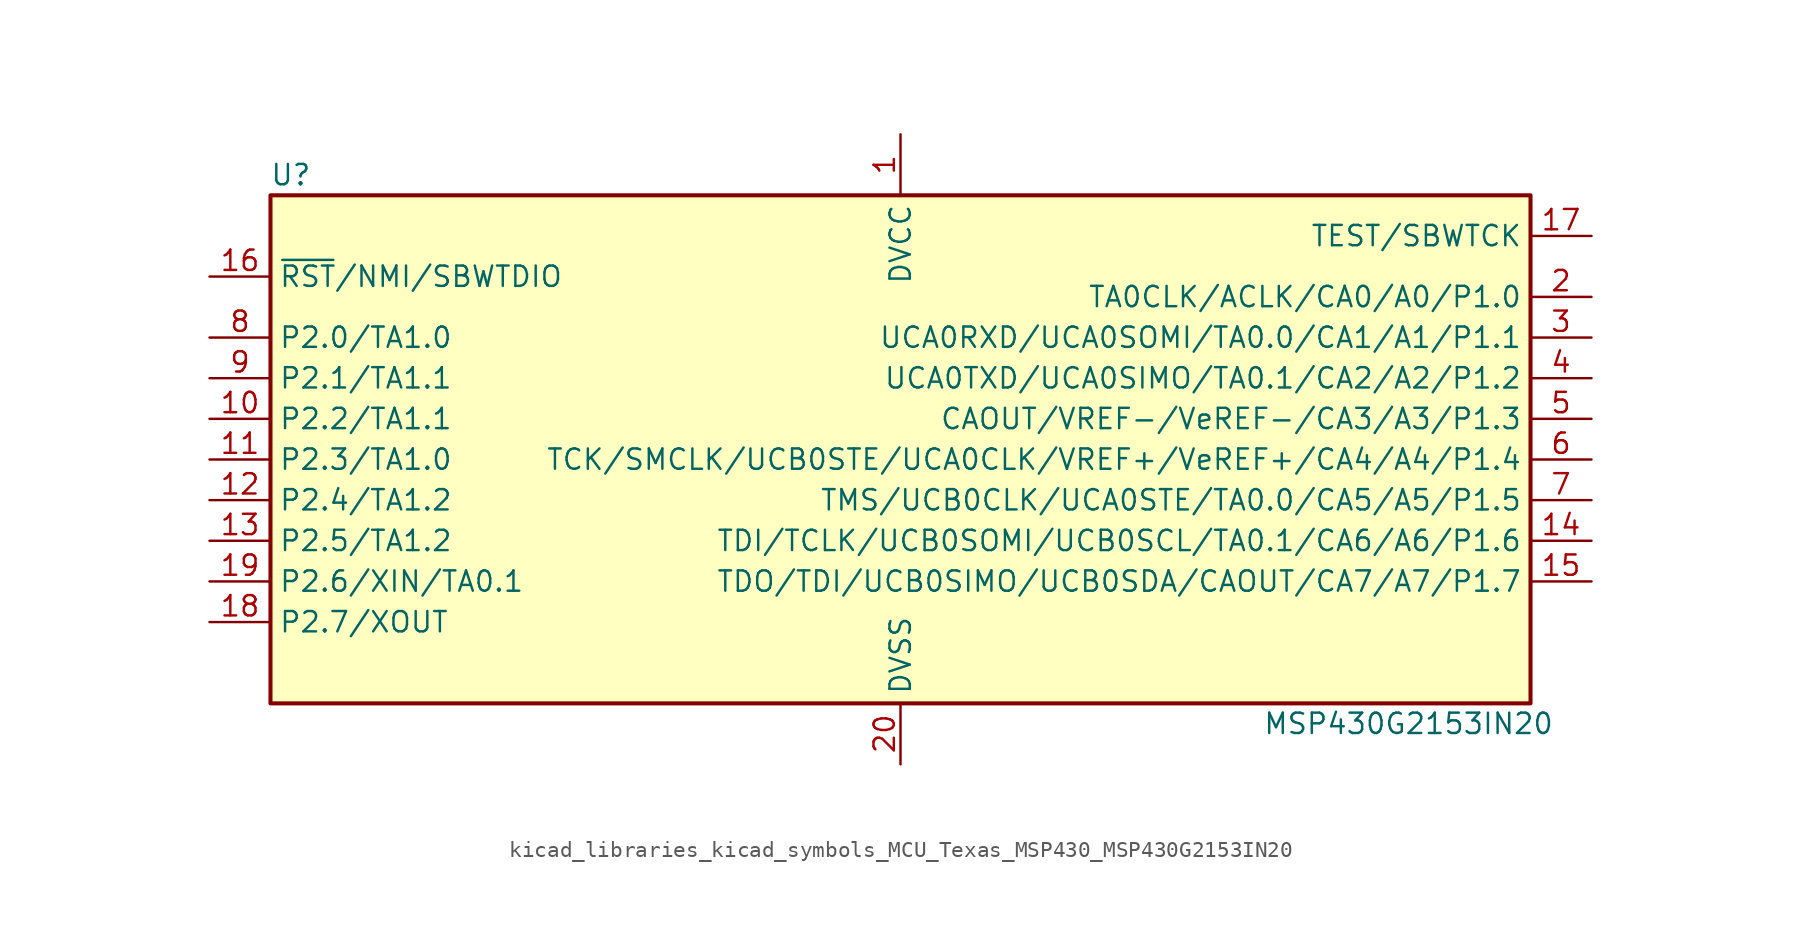
<source format=kicad_sym>
(kicad_symbol_lib
  (version 20220914)
  (generator kicad_symbol_editor)
  (symbol "kicad_libraries_kicad_symbols_MCU_Texas_MSP430_MSP430G2153IN20"
    (property "Reference" "U"
      (at -38.1 17.78 0)
      (effects (font (size 1.27 1.27))))
    (property "Value" "MSP430G2153IN20"
      (at 31.75 -16.51 0)
      (effects (font (size 1.27 1.27))))
    (symbol "kicad_libraries_kicad_symbols_MCU_Texas_MSP430_MSP430G2153IN20_0_1"
      (rectangle (start -39.37 16.51) (end 39.37 -15.24) (stroke (width 0.254) (type default)) (fill (type background))))
    (symbol "kicad_libraries_kicad_symbols_MCU_Texas_MSP430_MSP430G2153IN20_1_1"
      (pin power_in line (at 0 20.32 270) (length 3.81) (name "DVCC" (effects (font (size 1.27 1.27)))) (number "1" (effects (font (size 1.27 1.27)))))
      (pin bidirectional line (at -43.18 2.54 0) (length 3.81) (name "P2.2/TA1.1" (effects (font (size 1.27 1.27)))) (number "10" (effects (font (size 1.27 1.27)))))
      (pin bidirectional line (at -43.18 0 0) (length 3.81) (name "P2.3/TA1.0" (effects (font (size 1.27 1.27)))) (number "11" (effects (font (size 1.27 1.27)))))
      (pin bidirectional line (at -43.18 -2.54 0) (length 3.81) (name "P2.4/TA1.2" (effects (font (size 1.27 1.27)))) (number "12" (effects (font (size 1.27 1.27)))))
      (pin bidirectional line (at -43.18 -5.08 0) (length 3.81) (name "P2.5/TA1.2" (effects (font (size 1.27 1.27)))) (number "13" (effects (font (size 1.27 1.27)))))
      (pin bidirectional line (at 43.18 -5.08 180) (length 3.81) (name "TDI/TCLK/UCB0SOMI/UCB0SCL/TA0.1/CA6/A6/P1.6" (effects (font (size 1.27 1.27)))) (number "14" (effects (font (size 1.27 1.27)))))
      (pin bidirectional line (at 43.18 -7.62 180) (length 3.81) (name "TDO/TDI/UCB0SIMO/UCB0SDA/CAOUT/CA7/A7/P1.7" (effects (font (size 1.27 1.27)))) (number "15" (effects (font (size 1.27 1.27)))))
      (pin input line (at -43.18 11.43 0) (length 3.81) (name "~{RST}/NMI/SBWTDIO" (effects (font (size 1.27 1.27)))) (number "16" (effects (font (size 1.27 1.27)))))
      (pin input line (at 43.18 13.97 180) (length 3.81) (name "TEST/SBWTCK" (effects (font (size 1.27 1.27)))) (number "17" (effects (font (size 1.27 1.27)))))
      (pin bidirectional line (at -43.18 -10.16 0) (length 3.81) (name "P2.7/XOUT" (effects (font (size 1.27 1.27)))) (number "18" (effects (font (size 1.27 1.27)))))
      (pin bidirectional line (at -43.18 -7.62 0) (length 3.81) (name "P2.6/XIN/TA0.1" (effects (font (size 1.27 1.27)))) (number "19" (effects (font (size 1.27 1.27)))))
      (pin bidirectional line (at 43.18 10.16 180) (length 3.81) (name "TA0CLK/ACLK/CA0/A0/P1.0" (effects (font (size 1.27 1.27)))) (number "2" (effects (font (size 1.27 1.27)))))
      (pin power_in line (at 0 -19.05 90) (length 3.81) (name "DVSS" (effects (font (size 1.27 1.27)))) (number "20" (effects (font (size 1.27 1.27)))))
      (pin bidirectional line (at 43.18 7.62 180) (length 3.81) (name "UCA0RXD/UCA0SOMI/TA0.0/CA1/A1/P1.1" (effects (font (size 1.27 1.27)))) (number "3" (effects (font (size 1.27 1.27)))))
      (pin bidirectional line (at 43.18 5.08 180) (length 3.81) (name "UCA0TXD/UCA0SIMO/TA0.1/CA2/A2/P1.2" (effects (font (size 1.27 1.27)))) (number "4" (effects (font (size 1.27 1.27)))))
      (pin bidirectional line (at 43.18 2.54 180) (length 3.81) (name "CAOUT/VREF-/VeREF-/CA3/A3/P1.3" (effects (font (size 1.27 1.27)))) (number "5" (effects (font (size 1.27 1.27)))))
      (pin bidirectional line (at 43.18 0 180) (length 3.81) (name "TCK/SMCLK/UCB0STE/UCA0CLK/VREF+/VeREF+/CA4/A4/P1.4" (effects (font (size 1.27 1.27)))) (number "6" (effects (font (size 1.27 1.27)))))
      (pin bidirectional line (at 43.18 -2.54 180) (length 3.81) (name "TMS/UCB0CLK/UCA0STE/TA0.0/CA5/A5/P1.5" (effects (font (size 1.27 1.27)))) (number "7" (effects (font (size 1.27 1.27)))))
      (pin bidirectional line (at -43.18 7.62 0) (length 3.81) (name "P2.0/TA1.0" (effects (font (size 1.27 1.27)))) (number "8" (effects (font (size 1.27 1.27)))))
      (pin bidirectional line (at -43.18 5.08 0) (length 3.81) (name "P2.1/TA1.1" (effects (font (size 1.27 1.27)))) (number "9" (effects (font (size 1.27 1.27))))))))
</source>
